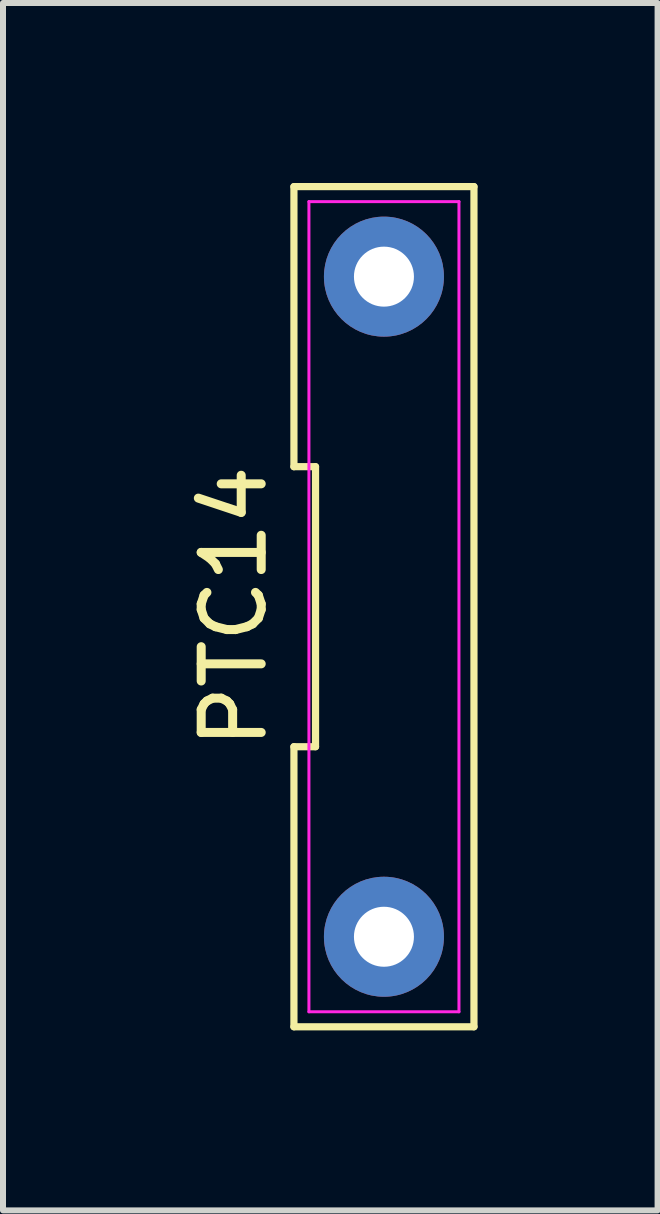
<source format=kicad_pcb>
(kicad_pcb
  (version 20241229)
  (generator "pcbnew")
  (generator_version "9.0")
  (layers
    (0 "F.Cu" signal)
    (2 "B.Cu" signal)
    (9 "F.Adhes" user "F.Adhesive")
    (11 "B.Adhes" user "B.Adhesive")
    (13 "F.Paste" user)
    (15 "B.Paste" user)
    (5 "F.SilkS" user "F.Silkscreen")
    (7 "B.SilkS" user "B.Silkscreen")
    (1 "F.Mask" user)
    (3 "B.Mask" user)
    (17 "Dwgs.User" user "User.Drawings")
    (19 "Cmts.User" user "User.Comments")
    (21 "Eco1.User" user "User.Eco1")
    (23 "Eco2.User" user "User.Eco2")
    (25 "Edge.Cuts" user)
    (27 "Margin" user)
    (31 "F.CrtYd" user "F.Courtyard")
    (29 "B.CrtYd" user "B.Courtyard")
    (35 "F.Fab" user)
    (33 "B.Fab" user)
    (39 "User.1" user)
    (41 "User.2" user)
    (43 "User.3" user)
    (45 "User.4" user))
  (footprint "PTC14"
    (layer "F.Cu")
    (at 3.348 7.06)
    (property "Reference" "PTC14" (at -2.5 0 90) (layer "F.SilkS") (effects (font (size 1 1) (thickness 0.15))))
    (attr through_hole)
    (fp_line (start -1.5 2.333) (end -1.5 7) (stroke (width 0.12) (type solid)) (layer "F.SilkS"))
    (fp_line (start -1.5 7) (end 1.5 7) (stroke (width 0.12) (type solid)) (layer "F.SilkS"))
    (fp_line (start -1.5 -7) (end -1.5 -2.333) (stroke (width 0.12) (type solid)) (layer "F.SilkS"))
    (fp_line (start -1.5 -2.333) (end -1.14 -2.333) (stroke (width 0.12) (type solid)) (layer "F.SilkS"))
    (fp_line (start -1.14 2.333) (end -1.5 2.333) (stroke (width 0.12) (type solid)) (layer "F.SilkS"))
    (fp_line (start -1.14 -2.333) (end -1.14 2.333) (stroke (width 0.12) (type solid)) (layer "F.SilkS"))
    (fp_line (start 1.5 7) (end 1.5 -7) (stroke (width 0.12) (type solid)) (layer "F.SilkS"))
    (fp_line (start 1.5 -7) (end -1.5 -7) (stroke (width 0.12) (type solid)) (layer "F.SilkS"))
    (fp_line (start -1.25 -6.75) (end 1.25 -6.75) (stroke (width 0.05) (type solid)) (layer "F.CrtYd"))
    (fp_line (start -1.25 6.75) (end -1.25 -6.75) (stroke (width 0.05) (type solid)) (layer "F.CrtYd"))
    (fp_line (start 1.25 -6.75) (end 1.25 6.75) (stroke (width 0.05) (type solid)) (layer "F.CrtYd"))
    (fp_line (start 1.25 6.75) (end -1.25 6.75) (stroke (width 0.05) (type solid)) (layer "F.CrtYd"))
    (pad "1" thru_hole circle (at 0 5.5) (size 2 2) (drill 1) (layers "*.Cu" "*.Mask"))
    (pad "2" thru_hole circle (at 0 -5.5) (size 2 2) (drill 1) (layers "*.Cu" "*.Mask")))
  (gr_rect
    (start -3 -3)
    (end 7.908 17.12)
    (stroke (width 0.1) (type default))
    (fill no)
    (layer "Edge.Cuts")))
</source>
